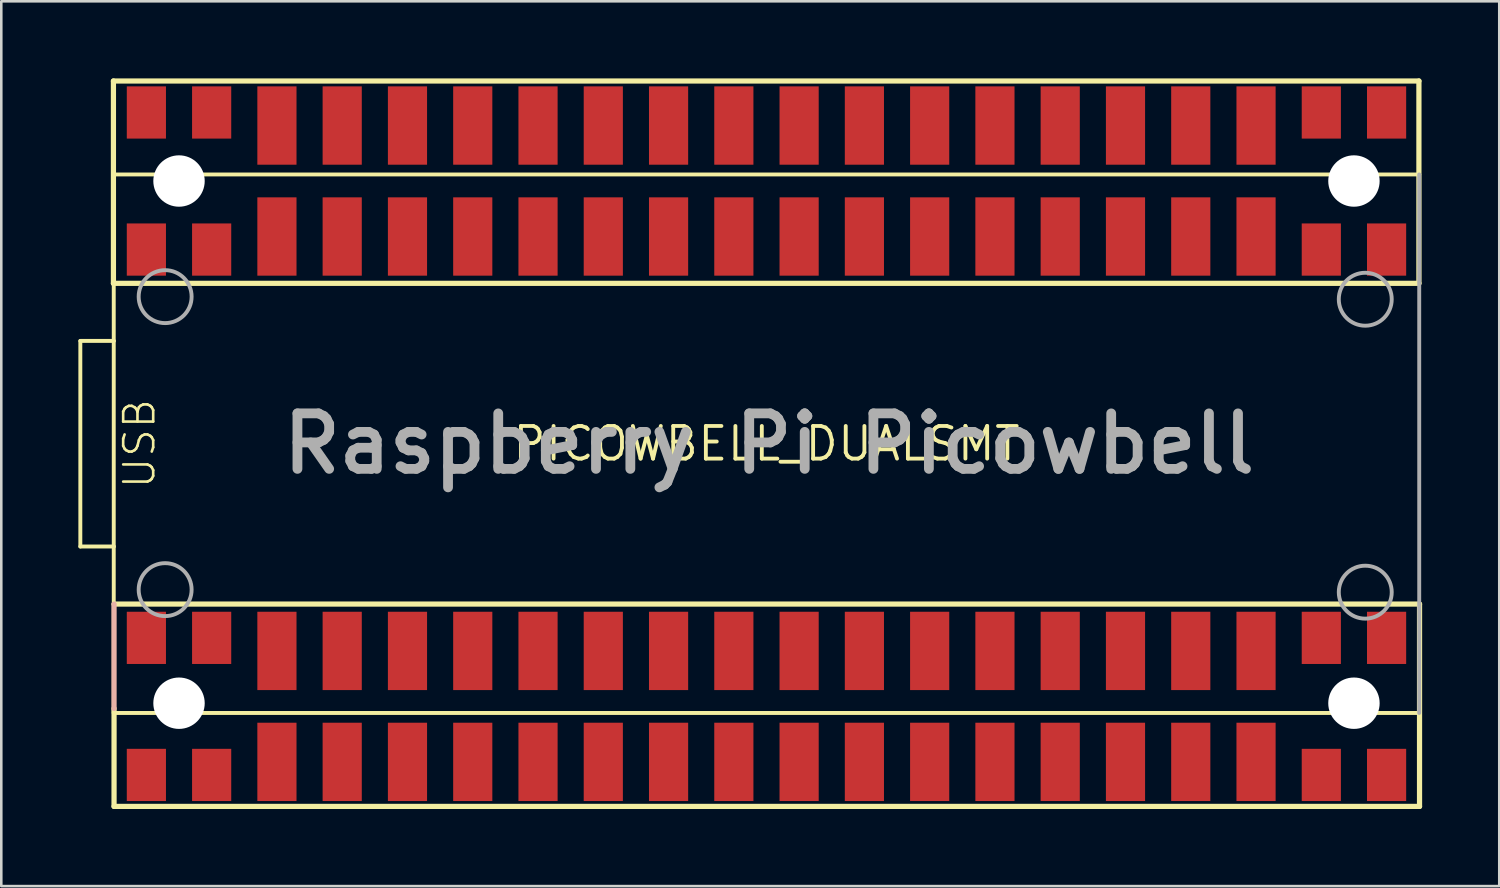
<source format=kicad_pcb>
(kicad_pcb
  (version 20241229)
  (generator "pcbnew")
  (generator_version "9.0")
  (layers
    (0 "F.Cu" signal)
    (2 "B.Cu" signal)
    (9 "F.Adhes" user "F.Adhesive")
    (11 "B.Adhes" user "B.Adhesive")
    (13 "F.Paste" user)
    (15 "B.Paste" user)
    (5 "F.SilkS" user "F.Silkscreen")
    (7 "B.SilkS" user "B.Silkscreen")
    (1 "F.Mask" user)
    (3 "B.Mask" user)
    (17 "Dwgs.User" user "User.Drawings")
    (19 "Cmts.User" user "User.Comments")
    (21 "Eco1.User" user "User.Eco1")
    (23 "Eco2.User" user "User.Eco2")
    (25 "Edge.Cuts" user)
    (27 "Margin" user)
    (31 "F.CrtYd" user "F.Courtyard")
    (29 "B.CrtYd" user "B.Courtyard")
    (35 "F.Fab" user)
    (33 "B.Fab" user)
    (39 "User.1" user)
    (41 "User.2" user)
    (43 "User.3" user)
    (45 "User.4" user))
  (footprint "PICOWBELL_DUALSMT"
    (layer "F.Cu")
    (at 26.776 14.216)
    (property "Reference" "PICOWBELL_DUALSMT" (at 0 0 0) (unlocked yes) (layer "F.SilkS") (effects (font (size 1.27 1.27) (thickness 0.15))))
    (fp_line (start -26.7 -4) (end -26.7 4) (stroke (width 0.152) (type solid)) (layer "F.SilkS"))
    (fp_line (start -26.7 4) (end -25.4 4) (stroke (width 0.152) (type solid)) (layer "F.SilkS"))
    (fp_line (start -25.412 -14.114) (end -25.412 -6.24) (stroke (width 0.203) (type solid)) (layer "F.SilkS"))
    (fp_line (start -25.412 -6.24) (end 25.388 -6.24) (stroke (width 0.203) (type solid)) (layer "F.SilkS"))
    (fp_line (start -25.4 -10.477) (end 25.4 -10.477) (stroke (width 0.152) (type solid)) (layer "F.SilkS"))
    (fp_line (start -25.4 -4) (end -26.7 -4) (stroke (width 0.152) (type solid)) (layer "F.SilkS"))
    (fp_line (start -25.4 -4) (end -25.4 -10.477) (stroke (width 0.152) (type solid)) (layer "F.SilkS"))
    (fp_line (start -25.4 4) (end -25.4 -4) (stroke (width 0.152) (type solid)) (layer "F.SilkS"))
    (fp_line (start -25.4 10.477) (end -25.4 4) (stroke (width 0.152) (type solid)) (layer "F.SilkS"))
    (fp_line (start -25.388 10.304) (end -25.388 14.114) (stroke (width 0.203) (type solid)) (layer "F.SilkS"))
    (fp_line (start -25.388 14.114) (end 25.412 14.114) (stroke (width 0.203) (type solid)) (layer "F.SilkS"))
    (fp_line (start 25.388 -14.114) (end -25.412 -14.114) (stroke (width 0.203) (type solid)) (layer "F.SilkS"))
    (fp_line (start 25.388 -6.24) (end 25.388 -14.114) (stroke (width 0.203) (type solid)) (layer "F.SilkS"))
    (fp_line (start 25.4 10.477) (end -25.4 10.477) (stroke (width 0.152) (type solid)) (layer "F.SilkS"))
    (fp_line (start 25.412 6.24) (end -25.388 6.24) (stroke (width 0.203) (type solid)) (layer "F.SilkS"))
    (fp_line (start 25.412 14.114) (end 25.412 6.24) (stroke (width 0.203) (type solid)) (layer "F.SilkS"))
    (fp_line (start -25.388 6.24) (end -25.388 10.304) (stroke (width 0.203) (type solid)) (layer "B.SilkS"))
    (fp_poly (pts (xy -24.867 -6.543) (xy -23.367 -6.543) (xy -23.367 -8.443) (xy -24.867 -8.443)) (stroke (width 0) (type default)) (fill yes) (layer "F.Paste"))
    (fp_poly (pts (xy -24.867 13.904) (xy -23.367 13.904) (xy -23.367 12.004) (xy -24.867 12.004)) (stroke (width 0) (type default)) (fill yes) (layer "F.Paste"))
    (fp_poly (pts (xy -23.387 -13.893) (xy -24.887 -13.893) (xy -24.887 -11.993) (xy -23.387 -11.993)) (stroke (width 0) (type default)) (fill yes) (layer "F.Paste"))
    (fp_poly (pts (xy -23.387 6.554) (xy -24.887 6.554) (xy -24.887 8.454) (xy -23.387 8.454)) (stroke (width 0) (type default)) (fill yes) (layer "F.Paste"))
    (fp_poly (pts (xy -22.327 -6.543) (xy -20.827 -6.543) (xy -20.827 -8.443) (xy -22.327 -8.443)) (stroke (width 0) (type default)) (fill yes) (layer "F.Paste"))
    (fp_poly (pts (xy -22.327 13.904) (xy -20.827 13.904) (xy -20.827 12.004) (xy -22.327 12.004)) (stroke (width 0) (type default)) (fill yes) (layer "F.Paste"))
    (fp_poly (pts (xy -20.847 -13.893) (xy -22.347 -13.893) (xy -22.347 -11.993) (xy -20.847 -11.993)) (stroke (width 0) (type default)) (fill yes) (layer "F.Paste"))
    (fp_poly (pts (xy -20.847 6.554) (xy -22.347 6.554) (xy -22.347 8.454) (xy -20.847 8.454)) (stroke (width 0) (type default)) (fill yes) (layer "F.Paste"))
    (fp_poly (pts (xy -19.787 -6.543) (xy -18.287 -6.543) (xy -18.287 -8.443) (xy -19.787 -8.443)) (stroke (width 0) (type default)) (fill yes) (layer "F.Paste"))
    (fp_poly (pts (xy -19.787 13.904) (xy -18.287 13.904) (xy -18.287 12.004) (xy -19.787 12.004)) (stroke (width 0) (type default)) (fill yes) (layer "F.Paste"))
    (fp_poly (pts (xy -18.307 -13.893) (xy -19.807 -13.893) (xy -19.807 -11.993) (xy -18.307 -11.993)) (stroke (width 0) (type default)) (fill yes) (layer "F.Paste"))
    (fp_poly (pts (xy -18.307 6.554) (xy -19.807 6.554) (xy -19.807 8.454) (xy -18.307 8.454)) (stroke (width 0) (type default)) (fill yes) (layer "F.Paste"))
    (fp_poly (pts (xy -17.247 -6.543) (xy -15.747 -6.543) (xy -15.747 -8.443) (xy -17.247 -8.443)) (stroke (width 0) (type default)) (fill yes) (layer "F.Paste"))
    (fp_poly (pts (xy -17.247 13.904) (xy -15.747 13.904) (xy -15.747 12.004) (xy -17.247 12.004)) (stroke (width 0) (type default)) (fill yes) (layer "F.Paste"))
    (fp_poly (pts (xy -15.767 -13.893) (xy -17.267 -13.893) (xy -17.267 -11.993) (xy -15.767 -11.993)) (stroke (width 0) (type default)) (fill yes) (layer "F.Paste"))
    (fp_poly (pts (xy -15.767 6.554) (xy -17.267 6.554) (xy -17.267 8.454) (xy -15.767 8.454)) (stroke (width 0) (type default)) (fill yes) (layer "F.Paste"))
    (fp_poly (pts (xy -14.707 -6.543) (xy -13.207 -6.543) (xy -13.207 -8.443) (xy -14.707 -8.443)) (stroke (width 0) (type default)) (fill yes) (layer "F.Paste"))
    (fp_poly (pts (xy -14.707 13.904) (xy -13.207 13.904) (xy -13.207 12.004) (xy -14.707 12.004)) (stroke (width 0) (type default)) (fill yes) (layer "F.Paste"))
    (fp_poly (pts (xy -13.227 -13.893) (xy -14.727 -13.893) (xy -14.727 -11.993) (xy -13.227 -11.993)) (stroke (width 0) (type default)) (fill yes) (layer "F.Paste"))
    (fp_poly (pts (xy -13.227 6.554) (xy -14.727 6.554) (xy -14.727 8.454) (xy -13.227 8.454)) (stroke (width 0) (type default)) (fill yes) (layer "F.Paste"))
    (fp_poly (pts (xy -12.167 -6.543) (xy -10.667 -6.543) (xy -10.667 -8.443) (xy -12.167 -8.443)) (stroke (width 0) (type default)) (fill yes) (layer "F.Paste"))
    (fp_poly (pts (xy -12.167 13.904) (xy -10.667 13.904) (xy -10.667 12.004) (xy -12.167 12.004)) (stroke (width 0) (type default)) (fill yes) (layer "F.Paste"))
    (fp_poly (pts (xy -10.687 -13.893) (xy -12.187 -13.893) (xy -12.187 -11.993) (xy -10.687 -11.993)) (stroke (width 0) (type default)) (fill yes) (layer "F.Paste"))
    (fp_poly (pts (xy -10.687 6.554) (xy -12.187 6.554) (xy -12.187 8.454) (xy -10.687 8.454)) (stroke (width 0) (type default)) (fill yes) (layer "F.Paste"))
    (fp_poly (pts (xy -9.627 -6.543) (xy -8.127 -6.543) (xy -8.127 -8.443) (xy -9.627 -8.443)) (stroke (width 0) (type default)) (fill yes) (layer "F.Paste"))
    (fp_poly (pts (xy -9.627 13.904) (xy -8.127 13.904) (xy -8.127 12.004) (xy -9.627 12.004)) (stroke (width 0) (type default)) (fill yes) (layer "F.Paste"))
    (fp_poly (pts (xy -8.147 -13.893) (xy -9.647 -13.893) (xy -9.647 -11.993) (xy -8.147 -11.993)) (stroke (width 0) (type default)) (fill yes) (layer "F.Paste"))
    (fp_poly (pts (xy -8.147 6.554) (xy -9.647 6.554) (xy -9.647 8.454) (xy -8.147 8.454)) (stroke (width 0) (type default)) (fill yes) (layer "F.Paste"))
    (fp_poly (pts (xy -7.087 -6.543) (xy -5.587 -6.543) (xy -5.587 -8.443) (xy -7.087 -8.443)) (stroke (width 0) (type default)) (fill yes) (layer "F.Paste"))
    (fp_poly (pts (xy -7.087 13.904) (xy -5.587 13.904) (xy -5.587 12.004) (xy -7.087 12.004)) (stroke (width 0) (type default)) (fill yes) (layer "F.Paste"))
    (fp_poly (pts (xy -5.607 -13.893) (xy -7.107 -13.893) (xy -7.107 -11.993) (xy -5.607 -11.993)) (stroke (width 0) (type default)) (fill yes) (layer "F.Paste"))
    (fp_poly (pts (xy -5.607 6.554) (xy -7.107 6.554) (xy -7.107 8.454) (xy -5.607 8.454)) (stroke (width 0) (type default)) (fill yes) (layer "F.Paste"))
    (fp_poly (pts (xy -4.547 -6.543) (xy -3.047 -6.543) (xy -3.047 -8.443) (xy -4.547 -8.443)) (stroke (width 0) (type default)) (fill yes) (layer "F.Paste"))
    (fp_poly (pts (xy -4.547 13.904) (xy -3.047 13.904) (xy -3.047 12.004) (xy -4.547 12.004)) (stroke (width 0) (type default)) (fill yes) (layer "F.Paste"))
    (fp_poly (pts (xy -3.067 -13.893) (xy -4.567 -13.893) (xy -4.567 -11.993) (xy -3.067 -11.993)) (stroke (width 0) (type default)) (fill yes) (layer "F.Paste"))
    (fp_poly (pts (xy -3.067 6.554) (xy -4.567 6.554) (xy -4.567 8.454) (xy -3.067 8.454)) (stroke (width 0) (type default)) (fill yes) (layer "F.Paste"))
    (fp_poly (pts (xy -2.007 -6.543) (xy -0.507 -6.543) (xy -0.507 -8.443) (xy -2.007 -8.443)) (stroke (width 0) (type default)) (fill yes) (layer "F.Paste"))
    (fp_poly (pts (xy -2.007 13.904) (xy -0.507 13.904) (xy -0.507 12.004) (xy -2.007 12.004)) (stroke (width 0) (type default)) (fill yes) (layer "F.Paste"))
    (fp_poly (pts (xy -0.527 -13.893) (xy -2.027 -13.893) (xy -2.027 -11.993) (xy -0.527 -11.993)) (stroke (width 0) (type default)) (fill yes) (layer "F.Paste"))
    (fp_poly (pts (xy -0.527 6.554) (xy -2.027 6.554) (xy -2.027 8.454) (xy -0.527 8.454)) (stroke (width 0) (type default)) (fill yes) (layer "F.Paste"))
    (fp_poly (pts (xy 0.533 -6.543) (xy 2.033 -6.543) (xy 2.033 -8.443) (xy 0.533 -8.443)) (stroke (width 0) (type default)) (fill yes) (layer "F.Paste"))
    (fp_poly (pts (xy 0.533 13.904) (xy 2.033 13.904) (xy 2.033 12.004) (xy 0.533 12.004)) (stroke (width 0) (type default)) (fill yes) (layer "F.Paste"))
    (fp_poly (pts (xy 2.013 -13.893) (xy 0.513 -13.893) (xy 0.513 -11.993) (xy 2.013 -11.993)) (stroke (width 0) (type default)) (fill yes) (layer "F.Paste"))
    (fp_poly (pts (xy 2.013 6.554) (xy 0.513 6.554) (xy 0.513 8.454) (xy 2.013 8.454)) (stroke (width 0) (type default)) (fill yes) (layer "F.Paste"))
    (fp_poly (pts (xy 3.073 -6.543) (xy 4.573 -6.543) (xy 4.573 -8.443) (xy 3.073 -8.443)) (stroke (width 0) (type default)) (fill yes) (layer "F.Paste"))
    (fp_poly (pts (xy 3.073 13.904) (xy 4.573 13.904) (xy 4.573 12.004) (xy 3.073 12.004)) (stroke (width 0) (type default)) (fill yes) (layer "F.Paste"))
    (fp_poly (pts (xy 4.553 -13.893) (xy 3.053 -13.893) (xy 3.053 -11.993) (xy 4.553 -11.993)) (stroke (width 0) (type default)) (fill yes) (layer "F.Paste"))
    (fp_poly (pts (xy 4.553 6.554) (xy 3.053 6.554) (xy 3.053 8.454) (xy 4.553 8.454)) (stroke (width 0) (type default)) (fill yes) (layer "F.Paste"))
    (fp_poly (pts (xy 5.613 -6.543) (xy 7.113 -6.543) (xy 7.113 -8.443) (xy 5.613 -8.443)) (stroke (width 0) (type default)) (fill yes) (layer "F.Paste"))
    (fp_poly (pts (xy 5.613 13.904) (xy 7.113 13.904) (xy 7.113 12.004) (xy 5.613 12.004)) (stroke (width 0) (type default)) (fill yes) (layer "F.Paste"))
    (fp_poly (pts (xy 7.093 -13.893) (xy 5.593 -13.893) (xy 5.593 -11.993) (xy 7.093 -11.993)) (stroke (width 0) (type default)) (fill yes) (layer "F.Paste"))
    (fp_poly (pts (xy 7.093 6.554) (xy 5.593 6.554) (xy 5.593 8.454) (xy 7.093 8.454)) (stroke (width 0) (type default)) (fill yes) (layer "F.Paste"))
    (fp_poly (pts (xy 8.153 -6.543) (xy 9.653 -6.543) (xy 9.653 -8.443) (xy 8.153 -8.443)) (stroke (width 0) (type default)) (fill yes) (layer "F.Paste"))
    (fp_poly (pts (xy 8.153 13.904) (xy 9.653 13.904) (xy 9.653 12.004) (xy 8.153 12.004)) (stroke (width 0) (type default)) (fill yes) (layer "F.Paste"))
    (fp_poly (pts (xy 9.633 -13.893) (xy 8.133 -13.893) (xy 8.133 -11.993) (xy 9.633 -11.993)) (stroke (width 0) (type default)) (fill yes) (layer "F.Paste"))
    (fp_poly (pts (xy 9.633 6.554) (xy 8.133 6.554) (xy 8.133 8.454) (xy 9.633 8.454)) (stroke (width 0) (type default)) (fill yes) (layer "F.Paste"))
    (fp_poly (pts (xy 10.693 -6.543) (xy 12.193 -6.543) (xy 12.193 -8.443) (xy 10.693 -8.443)) (stroke (width 0) (type default)) (fill yes) (layer "F.Paste"))
    (fp_poly (pts (xy 10.693 13.904) (xy 12.193 13.904) (xy 12.193 12.004) (xy 10.693 12.004)) (stroke (width 0) (type default)) (fill yes) (layer "F.Paste"))
    (fp_poly (pts (xy 12.173 -13.893) (xy 10.673 -13.893) (xy 10.673 -11.993) (xy 12.173 -11.993)) (stroke (width 0) (type default)) (fill yes) (layer "F.Paste"))
    (fp_poly (pts (xy 12.173 6.554) (xy 10.673 6.554) (xy 10.673 8.454) (xy 12.173 8.454)) (stroke (width 0) (type default)) (fill yes) (layer "F.Paste"))
    (fp_poly (pts (xy 13.233 -6.543) (xy 14.733 -6.543) (xy 14.733 -8.443) (xy 13.233 -8.443)) (stroke (width 0) (type default)) (fill yes) (layer "F.Paste"))
    (fp_poly (pts (xy 13.233 13.904) (xy 14.733 13.904) (xy 14.733 12.004) (xy 13.233 12.004)) (stroke (width 0) (type default)) (fill yes) (layer "F.Paste"))
    (fp_poly (pts (xy 14.713 -13.893) (xy 13.213 -13.893) (xy 13.213 -11.993) (xy 14.713 -11.993)) (stroke (width 0) (type default)) (fill yes) (layer "F.Paste"))
    (fp_poly (pts (xy 14.713 6.554) (xy 13.213 6.554) (xy 13.213 8.454) (xy 14.713 8.454)) (stroke (width 0) (type default)) (fill yes) (layer "F.Paste"))
    (fp_poly (pts (xy 15.773 -6.543) (xy 17.273 -6.543) (xy 17.273 -8.443) (xy 15.773 -8.443)) (stroke (width 0) (type default)) (fill yes) (layer "F.Paste"))
    (fp_poly (pts (xy 15.773 13.904) (xy 17.273 13.904) (xy 17.273 12.004) (xy 15.773 12.004)) (stroke (width 0) (type default)) (fill yes) (layer "F.Paste"))
    (fp_poly (pts (xy 17.253 -13.893) (xy 15.753 -13.893) (xy 15.753 -11.993) (xy 17.253 -11.993)) (stroke (width 0) (type default)) (fill yes) (layer "F.Paste"))
    (fp_poly (pts (xy 17.253 6.554) (xy 15.753 6.554) (xy 15.753 8.454) (xy 17.253 8.454)) (stroke (width 0) (type default)) (fill yes) (layer "F.Paste"))
    (fp_poly (pts (xy 18.313 -6.543) (xy 19.813 -6.543) (xy 19.813 -8.443) (xy 18.313 -8.443)) (stroke (width 0) (type default)) (fill yes) (layer "F.Paste"))
    (fp_poly (pts (xy 18.313 13.904) (xy 19.813 13.904) (xy 19.813 12.004) (xy 18.313 12.004)) (stroke (width 0) (type default)) (fill yes) (layer "F.Paste"))
    (fp_poly (pts (xy 19.793 -13.893) (xy 18.293 -13.893) (xy 18.293 -11.993) (xy 19.793 -11.993)) (stroke (width 0) (type default)) (fill yes) (layer "F.Paste"))
    (fp_poly (pts (xy 19.793 6.554) (xy 18.293 6.554) (xy 18.293 8.454) (xy 19.793 8.454)) (stroke (width 0) (type default)) (fill yes) (layer "F.Paste"))
    (fp_poly (pts (xy 20.853 -6.543) (xy 22.353 -6.543) (xy 22.353 -8.443) (xy 20.853 -8.443)) (stroke (width 0) (type default)) (fill yes) (layer "F.Paste"))
    (fp_poly (pts (xy 20.853 13.904) (xy 22.353 13.904) (xy 22.353 12.004) (xy 20.853 12.004)) (stroke (width 0) (type default)) (fill yes) (layer "F.Paste"))
    (fp_poly (pts (xy 22.333 -13.893) (xy 20.833 -13.893) (xy 20.833 -11.993) (xy 22.333 -11.993)) (stroke (width 0) (type default)) (fill yes) (layer "F.Paste"))
    (fp_poly (pts (xy 22.333 6.554) (xy 20.833 6.554) (xy 20.833 8.454) (xy 22.333 8.454)) (stroke (width 0) (type default)) (fill yes) (layer "F.Paste"))
    (fp_poly (pts (xy 23.393 -6.543) (xy 24.893 -6.543) (xy 24.893 -8.443) (xy 23.393 -8.443)) (stroke (width 0) (type default)) (fill yes) (layer "F.Paste"))
    (fp_poly (pts (xy 23.393 13.904) (xy 24.893 13.904) (xy 24.893 12.004) (xy 23.393 12.004)) (stroke (width 0) (type default)) (fill yes) (layer "F.Paste"))
    (fp_poly (pts (xy 24.873 -13.893) (xy 23.373 -13.893) (xy 23.373 -11.993) (xy 24.873 -11.993)) (stroke (width 0) (type default)) (fill yes) (layer "F.Paste"))
    (fp_poly (pts (xy 24.873 6.554) (xy 23.373 6.554) (xy 23.373 8.454) (xy 24.873 8.454)) (stroke (width 0) (type default)) (fill yes) (layer "F.Paste"))
    (fp_line (start 25.4 -10.477) (end 25.4 10.477) (stroke (width 0.152) (type solid)) (layer "F.Fab"))
    (fp_circle (center -23.4 -5.723) (end -22.37 -5.723) (stroke (width 0.152) (type solid)) (fill no) (layer "F.Fab"))
    (fp_circle (center -23.4 5.678) (end -22.37 5.678) (stroke (width 0.152) (type solid)) (fill no) (layer "F.Fab"))
    (fp_circle (center 23.3 -5.622) (end 24.33 -5.622) (stroke (width 0.152) (type solid)) (fill no) (layer "F.Fab"))
    (fp_circle (center 23.3 5.777) (end 24.33 5.777) (stroke (width 0.152) (type solid)) (fill no) (layer "F.Fab"))
    (fp_text user "USB" (at -24.4 0 90) (layer "F.SilkS") (effects (font (size 1.168 1.168) (thickness 0.102))))
    (fp_text user "Raspberry Pi Picowbell" (at 0.1 0 0) (layer "F.Fab") (effects (font (size 2.159 2.159) (thickness 0.381))))
    (pad "" np_thru_hole circle (at -22.86 -10.222) (size 2 2) (drill 2) (layers "*.Cu" "*.Mask"))
    (pad "" np_thru_hole circle (at -22.86 10.098) (size 2 2) (drill 2) (layers "*.Cu" "*.Mask"))
    (pad "" np_thru_hole circle (at 22.86 -10.222) (size 2 2) (drill 2) (layers "*.Cu" "*.Mask"))
    (pad "" np_thru_hole circle (at 22.86 10.098) (size 2 2) (drill 2) (layers "*.Cu" "*.Mask"))
    (pad "S1" smd rect (at -24.13 12.889 270) (size 2.032 1.524) (layers "F.Cu" "F.Mask"))
    (pad "S2" smd rect (at -24.13 7.555 270) (size 2.032 1.524) (layers "F.Cu" "F.Mask"))
    (pad "S3" smd rect (at -21.59 12.889 90) (size 2.032 1.524) (layers "F.Cu" "F.Mask"))
    (pad "S4" smd rect (at -21.59 7.555 270) (size 2.032 1.524) (layers "F.Cu" "F.Mask"))
    (pad "S5" smd rect (at -19.05 12.381 90) (size 3.048 1.524) (layers "F.Cu" "F.Mask"))
    (pad "S6" smd rect (at -19.05 8.063 270) (size 3.048 1.524) (layers "F.Cu" "F.Mask"))
    (pad "S7" smd rect (at -16.51 12.381 90) (size 3.048 1.524) (layers "F.Cu" "F.Mask"))
    (pad "S8" smd rect (at -16.51 8.063 270) (size 3.048 1.524) (layers "F.Cu" "F.Mask"))
    (pad "S9" smd rect (at -13.97 12.381 90) (size 3.048 1.524) (layers "F.Cu" "F.Mask"))
    (pad "S10" smd rect (at -13.97 8.063 270) (size 3.048 1.524) (layers "F.Cu" "F.Mask"))
    (pad "S11" smd rect (at -11.43 12.381 90) (size 3.048 1.524) (layers "F.Cu" "F.Mask"))
    (pad "S12" smd rect (at -11.43 8.063 270) (size 3.048 1.524) (layers "F.Cu" "F.Mask"))
    (pad "S13" smd rect (at -8.89 12.381 90) (size 3.048 1.524) (layers "F.Cu" "F.Mask"))
    (pad "S14" smd rect (at -8.89 8.063 270) (size 3.048 1.524) (layers "F.Cu" "F.Mask"))
    (pad "S15" smd rect (at -6.35 12.381 90) (size 3.048 1.524) (layers "F.Cu" "F.Mask"))
    (pad "S16" smd rect (at -6.35 8.063 270) (size 3.048 1.524) (layers "F.Cu" "F.Mask"))
    (pad "S17" smd rect (at -3.81 12.381 90) (size 3.048 1.524) (layers "F.Cu" "F.Mask"))
    (pad "S18" smd rect (at -3.81 8.063 270) (size 3.048 1.524) (layers "F.Cu" "F.Mask"))
    (pad "S19" smd rect (at -1.27 12.381 90) (size 3.048 1.524) (layers "F.Cu" "F.Mask"))
    (pad "S20" smd rect (at -1.27 8.063 270) (size 3.048 1.524) (layers "F.Cu" "F.Mask"))
    (pad "S21" smd rect (at 1.27 12.381 90) (size 3.048 1.524) (layers "F.Cu" "F.Mask"))
    (pad "S22" smd rect (at 1.27 8.063 270) (size 3.048 1.524) (layers "F.Cu" "F.Mask"))
    (pad "S23" smd rect (at 3.81 12.381 90) (size 3.048 1.524) (layers "F.Cu" "F.Mask"))
    (pad "S24" smd rect (at 3.81 8.063 270) (size 3.048 1.524) (layers "F.Cu" "F.Mask"))
    (pad "S25" smd rect (at 6.35 12.381 90) (size 3.048 1.524) (layers "F.Cu" "F.Mask"))
    (pad "S26" smd rect (at 6.35 8.063 270) (size 3.048 1.524) (layers "F.Cu" "F.Mask"))
    (pad "S27" smd rect (at 8.89 12.381 90) (size 3.048 1.524) (layers "F.Cu" "F.Mask"))
    (pad "S28" smd rect (at 8.89 8.063 270) (size 3.048 1.524) (layers "F.Cu" "F.Mask"))
    (pad "S29" smd rect (at 11.43 12.381 90) (size 3.048 1.524) (layers "F.Cu" "F.Mask"))
    (pad "S30" smd rect (at 11.43 8.063 270) (size 3.048 1.524) (layers "F.Cu" "F.Mask"))
    (pad "S31" smd rect (at 13.97 12.381 90) (size 3.048 1.524) (layers "F.Cu" "F.Mask"))
    (pad "S32" smd rect (at 13.97 8.063 270) (size 3.048 1.524) (layers "F.Cu" "F.Mask"))
    (pad "S33" smd rect (at 16.51 12.381 90) (size 3.048 1.524) (layers "F.Cu" "F.Mask"))
    (pad "S34" smd rect (at 16.51 8.063 270) (size 3.048 1.524) (layers "F.Cu" "F.Mask"))
    (pad "S35" smd rect (at 19.05 12.381 90) (size 3.048 1.524) (layers "F.Cu" "F.Mask"))
    (pad "S36" smd rect (at 19.05 8.063 270) (size 3.048 1.524) (layers "F.Cu" "F.Mask"))
    (pad "S37" smd rect (at 21.59 12.889 90) (size 2.032 1.524) (layers "F.Cu" "F.Mask"))
    (pad "S38" smd rect (at 21.59 7.555 270) (size 2.032 1.524) (layers "F.Cu" "F.Mask"))
    (pad "S39" smd rect (at 24.13 12.889 90) (size 2.032 1.524) (layers "F.Cu" "F.Mask"))
    (pad "S40" smd rect (at 24.13 7.555 270) (size 2.032 1.524) (layers "F.Cu" "F.Mask"))
    (pad "S41" smd rect (at 24.13 -12.889 90) (size 2.032 1.524) (layers "F.Cu" "F.Mask"))
    (pad "S42" smd rect (at 24.13 -7.555 90) (size 2.032 1.524) (layers "F.Cu" "F.Mask"))
    (pad "S43" smd rect (at 21.59 -12.889 270) (size 2.032 1.524) (layers "F.Cu" "F.Mask"))
    (pad "S44" smd rect (at 21.59 -7.555 90) (size 2.032 1.524) (layers "F.Cu" "F.Mask"))
    (pad "S45" smd rect (at 19.05 -8.063 90) (size 3.048 1.524) (layers "F.Cu" "F.Mask"))
    (pad "S46" smd rect (at 19.05 -12.381 270) (size 3.048 1.524) (layers "F.Cu" "F.Mask"))
    (pad "S47" smd rect (at 16.51 -8.063 90) (size 3.048 1.524) (layers "F.Cu" "F.Mask"))
    (pad "S48" smd rect (at 16.51 -12.381 270) (size 3.048 1.524) (layers "F.Cu" "F.Mask"))
    (pad "S49" smd rect (at 13.97 -8.063 90) (size 3.048 1.524) (layers "F.Cu" "F.Mask"))
    (pad "S50" smd rect (at 13.97 -12.381 270) (size 3.048 1.524) (layers "F.Cu" "F.Mask"))
    (pad "S51" smd rect (at 11.43 -8.063 90) (size 3.048 1.524) (layers "F.Cu" "F.Mask"))
    (pad "S52" smd rect (at 11.43 -12.381 270) (size 3.048 1.524) (layers "F.Cu" "F.Mask"))
    (pad "S53" smd rect (at 8.89 -8.063 90) (size 3.048 1.524) (layers "F.Cu" "F.Mask"))
    (pad "S54" smd rect (at 8.89 -12.381 270) (size 3.048 1.524) (layers "F.Cu" "F.Mask"))
    (pad "S55" smd rect (at 6.35 -8.063 90) (size 3.048 1.524) (layers "F.Cu" "F.Mask"))
    (pad "S56" smd rect (at 6.35 -12.381 270) (size 3.048 1.524) (layers "F.Cu" "F.Mask"))
    (pad "S57" smd rect (at 3.81 -8.063 90) (size 3.048 1.524) (layers "F.Cu" "F.Mask"))
    (pad "S58" smd rect (at 3.81 -12.381 270) (size 3.048 1.524) (layers "F.Cu" "F.Mask"))
    (pad "S59" smd rect (at 1.27 -8.063 90) (size 3.048 1.524) (layers "F.Cu" "F.Mask"))
    (pad "S60" smd rect (at 1.27 -12.381 270) (size 3.048 1.524) (layers "F.Cu" "F.Mask"))
    (pad "S61" smd rect (at -1.27 -8.063 90) (size 3.048 1.524) (layers "F.Cu" "F.Mask"))
    (pad "S62" smd rect (at -1.27 -12.381 270) (size 3.048 1.524) (layers "F.Cu" "F.Mask"))
    (pad "S63" smd rect (at -3.81 -8.063 90) (size 3.048 1.524) (layers "F.Cu" "F.Mask"))
    (pad "S64" smd rect (at -3.81 -12.381 270) (size 3.048 1.524) (layers "F.Cu" "F.Mask"))
    (pad "S65" smd rect (at -6.35 -8.063 90) (size 3.048 1.524) (layers "F.Cu" "F.Mask"))
    (pad "S66" smd rect (at -6.35 -12.381 270) (size 3.048 1.524) (layers "F.Cu" "F.Mask"))
    (pad "S67" smd rect (at -8.89 -8.063 90) (size 3.048 1.524) (layers "F.Cu" "F.Mask"))
    (pad "S68" smd rect (at -8.89 -12.381 270) (size 3.048 1.524) (layers "F.Cu" "F.Mask"))
    (pad "S69" smd rect (at -11.43 -8.063 90) (size 3.048 1.524) (layers "F.Cu" "F.Mask"))
    (pad "S70" smd rect (at -11.43 -12.381 270) (size 3.048 1.524) (layers "F.Cu" "F.Mask"))
    (pad "S71" smd rect (at -13.97 -8.063 90) (size 3.048 1.524) (layers "F.Cu" "F.Mask"))
    (pad "S72" smd rect (at -13.97 -12.381 270) (size 3.048 1.524) (layers "F.Cu" "F.Mask"))
    (pad "S73" smd rect (at -16.51 -8.063 90) (size 3.048 1.524) (layers "F.Cu" "F.Mask"))
    (pad "S74" smd rect (at -16.51 -12.381 270) (size 3.048 1.524) (layers "F.Cu" "F.Mask"))
    (pad "S75" smd rect (at -19.05 -8.063 90) (size 3.048 1.524) (layers "F.Cu" "F.Mask"))
    (pad "S76" smd rect (at -19.05 -12.381 270) (size 3.048 1.524) (layers "F.Cu" "F.Mask"))
    (pad "S77" smd rect (at -21.59 -7.555 90) (size 2.032 1.524) (layers "F.Cu" "F.Mask"))
    (pad "S78" smd rect (at -21.59 -12.889 270) (size 2.032 1.524) (layers "F.Cu" "F.Mask"))
    (pad "S79" smd rect (at -24.13 -7.555 90) (size 2.032 1.524) (layers "F.Cu" "F.Mask"))
    (pad "S80" smd rect (at -24.13 -12.889 270) (size 2.032 1.524) (layers "F.Cu" "F.Mask")))
  (gr_rect
    (start -3 -3)
    (end 55.29 31.431)
    (stroke (width 0.1) (type default))
    (fill no)
    (layer "Edge.Cuts")))
</source>
